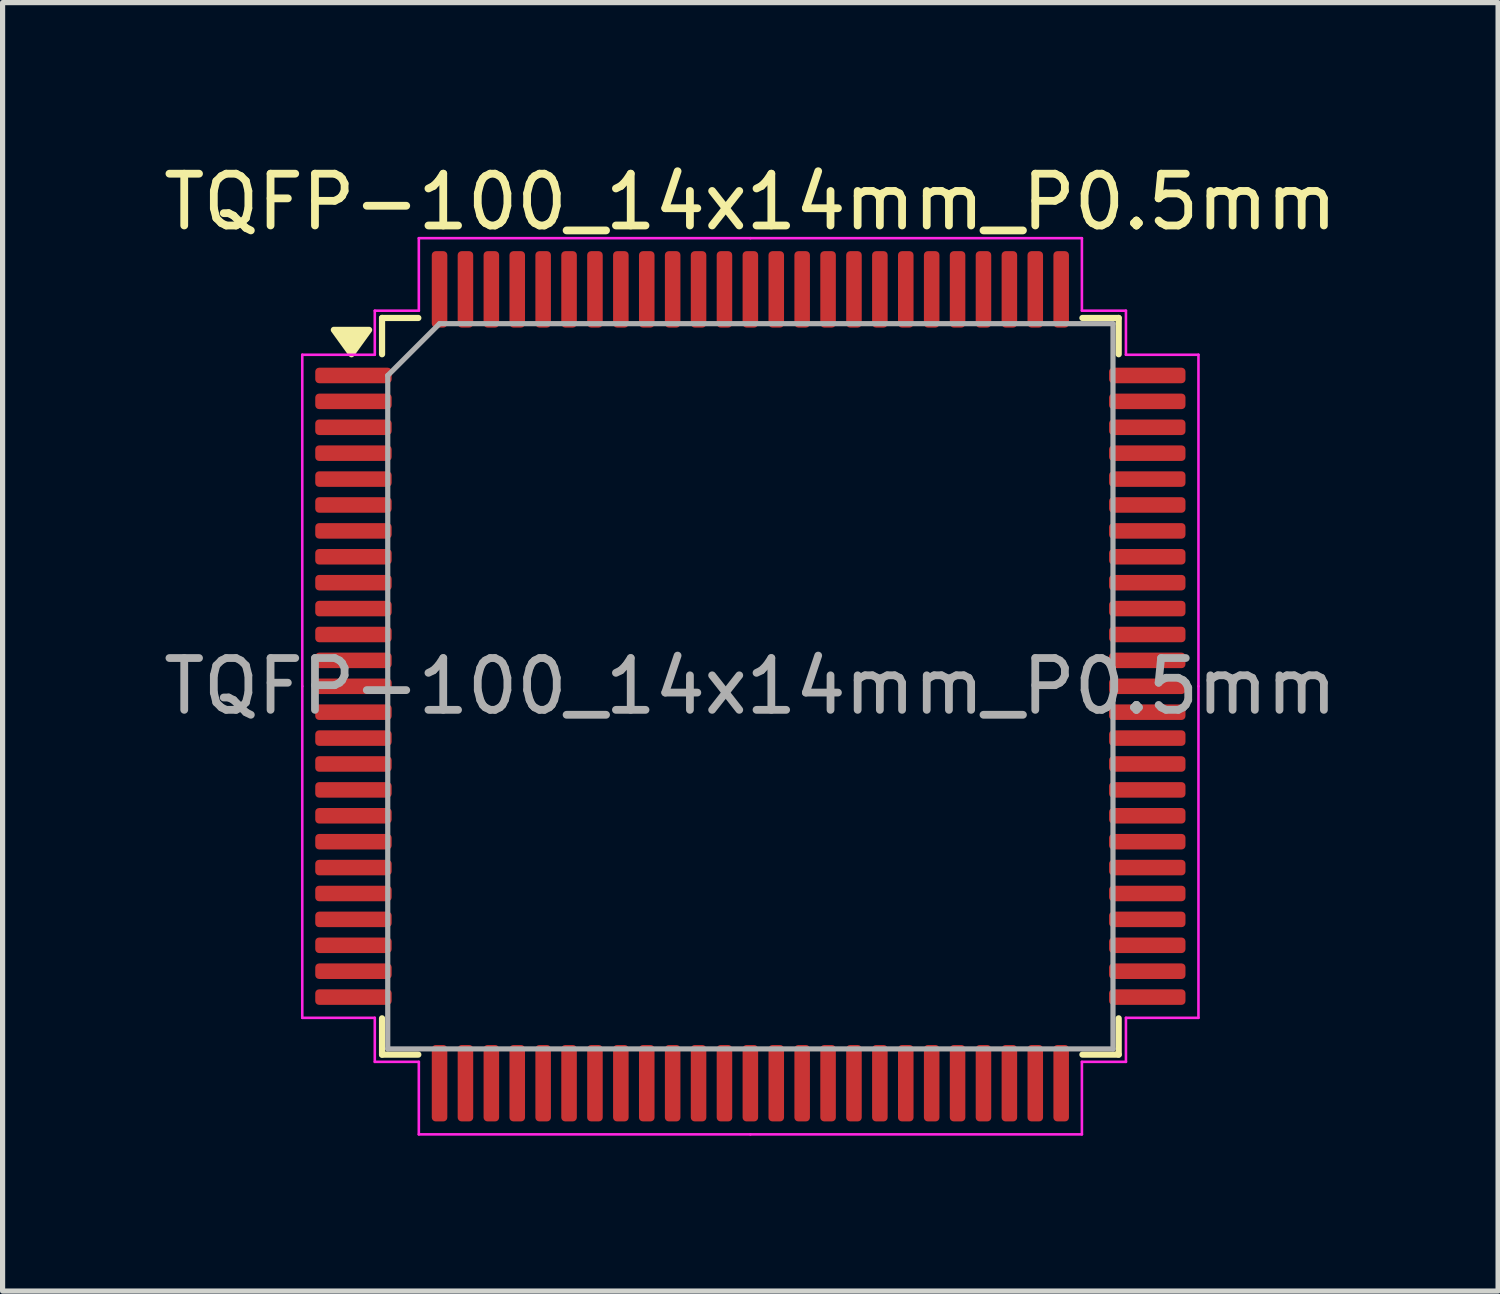
<source format=kicad_pcb>
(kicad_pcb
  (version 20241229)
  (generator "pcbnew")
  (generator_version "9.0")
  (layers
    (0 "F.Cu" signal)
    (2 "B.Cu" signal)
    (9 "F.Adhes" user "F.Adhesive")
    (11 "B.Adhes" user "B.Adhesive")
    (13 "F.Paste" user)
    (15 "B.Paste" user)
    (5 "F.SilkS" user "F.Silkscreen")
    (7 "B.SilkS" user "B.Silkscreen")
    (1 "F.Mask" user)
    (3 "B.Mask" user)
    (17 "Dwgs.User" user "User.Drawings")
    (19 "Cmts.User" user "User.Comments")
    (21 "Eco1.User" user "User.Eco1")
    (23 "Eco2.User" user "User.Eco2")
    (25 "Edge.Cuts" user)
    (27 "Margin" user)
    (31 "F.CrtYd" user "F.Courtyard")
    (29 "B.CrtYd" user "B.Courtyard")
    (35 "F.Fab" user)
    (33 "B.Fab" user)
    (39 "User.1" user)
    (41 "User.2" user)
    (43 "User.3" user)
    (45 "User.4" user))
  (footprint "TQFP-100_14x14mm_P0.5mm"
    (layer "F.Cu")
    (at 11.435 10.198)
    (property "Reference" "TQFP-100_14x14mm_P0.5mm" (at 0 -9.35 0) (layer "F.SilkS") (effects (font (size 1 1) (thickness 0.15))))
    (attr smd)
    (fp_line (start -7.11 -7.11) (end -7.11 -6.41) (stroke (width 0.12) (type solid)) (layer "F.SilkS"))
    (fp_line (start -7.11 7.11) (end -7.11 6.41) (stroke (width 0.12) (type solid)) (layer "F.SilkS"))
    (fp_line (start -6.41 -7.11) (end -7.11 -7.11) (stroke (width 0.12) (type solid)) (layer "F.SilkS"))
    (fp_line (start -6.41 7.11) (end -7.11 7.11) (stroke (width 0.12) (type solid)) (layer "F.SilkS"))
    (fp_line (start 6.41 -7.11) (end 7.11 -7.11) (stroke (width 0.12) (type solid)) (layer "F.SilkS"))
    (fp_line (start 6.41 7.11) (end 7.11 7.11) (stroke (width 0.12) (type solid)) (layer "F.SilkS"))
    (fp_line (start 7.11 -7.11) (end 7.11 -6.41) (stroke (width 0.12) (type solid)) (layer "F.SilkS"))
    (fp_line (start 7.11 7.11) (end 7.11 6.41) (stroke (width 0.12) (type solid)) (layer "F.SilkS"))
    (fp_poly (pts (xy -7.7 -6.41) (xy -8.04 -6.88) (xy -7.36 -6.88) (xy -7.7 -6.41)) (stroke (width 0.12) (type solid)) (fill yes) (layer "F.SilkS"))
    (fp_line (start -8.65 -6.4) (end -8.65 0) (stroke (width 0.05) (type solid)) (layer "F.CrtYd"))
    (fp_line (start -8.65 6.4) (end -8.65 0) (stroke (width 0.05) (type solid)) (layer "F.CrtYd"))
    (fp_line (start -7.25 -7.25) (end -7.25 -6.4) (stroke (width 0.05) (type solid)) (layer "F.CrtYd"))
    (fp_line (start -7.25 -6.4) (end -8.65 -6.4) (stroke (width 0.05) (type solid)) (layer "F.CrtYd"))
    (fp_line (start -7.25 6.4) (end -8.65 6.4) (stroke (width 0.05) (type solid)) (layer "F.CrtYd"))
    (fp_line (start -7.25 7.25) (end -7.25 6.4) (stroke (width 0.05) (type solid)) (layer "F.CrtYd"))
    (fp_line (start -6.4 -8.65) (end -6.4 -7.25) (stroke (width 0.05) (type solid)) (layer "F.CrtYd"))
    (fp_line (start -6.4 -7.25) (end -7.25 -7.25) (stroke (width 0.05) (type solid)) (layer "F.CrtYd"))
    (fp_line (start -6.4 7.25) (end -7.25 7.25) (stroke (width 0.05) (type solid)) (layer "F.CrtYd"))
    (fp_line (start -6.4 8.65) (end -6.4 7.25) (stroke (width 0.05) (type solid)) (layer "F.CrtYd"))
    (fp_line (start 0 -8.65) (end -6.4 -8.65) (stroke (width 0.05) (type solid)) (layer "F.CrtYd"))
    (fp_line (start 0 -8.65) (end 6.4 -8.65) (stroke (width 0.05) (type solid)) (layer "F.CrtYd"))
    (fp_line (start 0 8.65) (end -6.4 8.65) (stroke (width 0.05) (type solid)) (layer "F.CrtYd"))
    (fp_line (start 0 8.65) (end 6.4 8.65) (stroke (width 0.05) (type solid)) (layer "F.CrtYd"))
    (fp_line (start 6.4 -8.65) (end 6.4 -7.25) (stroke (width 0.05) (type solid)) (layer "F.CrtYd"))
    (fp_line (start 6.4 -7.25) (end 7.25 -7.25) (stroke (width 0.05) (type solid)) (layer "F.CrtYd"))
    (fp_line (start 6.4 7.25) (end 7.25 7.25) (stroke (width 0.05) (type solid)) (layer "F.CrtYd"))
    (fp_line (start 6.4 8.65) (end 6.4 7.25) (stroke (width 0.05) (type solid)) (layer "F.CrtYd"))
    (fp_line (start 7.25 -7.25) (end 7.25 -6.4) (stroke (width 0.05) (type solid)) (layer "F.CrtYd"))
    (fp_line (start 7.25 -6.4) (end 8.65 -6.4) (stroke (width 0.05) (type solid)) (layer "F.CrtYd"))
    (fp_line (start 7.25 6.4) (end 8.65 6.4) (stroke (width 0.05) (type solid)) (layer "F.CrtYd"))
    (fp_line (start 7.25 7.25) (end 7.25 6.4) (stroke (width 0.05) (type solid)) (layer "F.CrtYd"))
    (fp_line (start 8.65 -6.4) (end 8.65 0) (stroke (width 0.05) (type solid)) (layer "F.CrtYd"))
    (fp_line (start 8.65 6.4) (end 8.65 0) (stroke (width 0.05) (type solid)) (layer "F.CrtYd"))
    (fp_line (start -7 -6) (end -6 -7) (stroke (width 0.1) (type solid)) (layer "F.Fab"))
    (fp_line (start -7 7) (end -7 -6) (stroke (width 0.1) (type solid)) (layer "F.Fab"))
    (fp_line (start -6 -7) (end 7 -7) (stroke (width 0.1) (type solid)) (layer "F.Fab"))
    (fp_line (start 7 -7) (end 7 7) (stroke (width 0.1) (type solid)) (layer "F.Fab"))
    (fp_line (start 7 7) (end -7 7) (stroke (width 0.1) (type solid)) (layer "F.Fab"))
    (fp_text user "${REFERENCE}" (at 0 0 0) (layer "F.Fab") (effects (font (size 1 1) (thickness 0.15))))
    (pad "1" smd roundrect (at -7.662 -6) (size 1.475 0.3) (layers "F.Cu" "F.Mask" "F.Paste") (roundrect_rratio 0.25))
    (pad "2" smd roundrect (at -7.662 -5.5) (size 1.475 0.3) (layers "F.Cu" "F.Mask" "F.Paste") (roundrect_rratio 0.25))
    (pad "3" smd roundrect (at -7.662 -5) (size 1.475 0.3) (layers "F.Cu" "F.Mask" "F.Paste") (roundrect_rratio 0.25))
    (pad "4" smd roundrect (at -7.662 -4.5) (size 1.475 0.3) (layers "F.Cu" "F.Mask" "F.Paste") (roundrect_rratio 0.25))
    (pad "5" smd roundrect (at -7.662 -4) (size 1.475 0.3) (layers "F.Cu" "F.Mask" "F.Paste") (roundrect_rratio 0.25))
    (pad "6" smd roundrect (at -7.662 -3.5) (size 1.475 0.3) (layers "F.Cu" "F.Mask" "F.Paste") (roundrect_rratio 0.25))
    (pad "7" smd roundrect (at -7.662 -3) (size 1.475 0.3) (layers "F.Cu" "F.Mask" "F.Paste") (roundrect_rratio 0.25))
    (pad "8" smd roundrect (at -7.662 -2.5) (size 1.475 0.3) (layers "F.Cu" "F.Mask" "F.Paste") (roundrect_rratio 0.25))
    (pad "9" smd roundrect (at -7.662 -2) (size 1.475 0.3) (layers "F.Cu" "F.Mask" "F.Paste") (roundrect_rratio 0.25))
    (pad "10" smd roundrect (at -7.662 -1.5) (size 1.475 0.3) (layers "F.Cu" "F.Mask" "F.Paste") (roundrect_rratio 0.25))
    (pad "11" smd roundrect (at -7.662 -1) (size 1.475 0.3) (layers "F.Cu" "F.Mask" "F.Paste") (roundrect_rratio 0.25))
    (pad "12" smd roundrect (at -7.662 -0.5) (size 1.475 0.3) (layers "F.Cu" "F.Mask" "F.Paste") (roundrect_rratio 0.25))
    (pad "13" smd roundrect (at -7.662 0) (size 1.475 0.3) (layers "F.Cu" "F.Mask" "F.Paste") (roundrect_rratio 0.25))
    (pad "14" smd roundrect (at -7.662 0.5) (size 1.475 0.3) (layers "F.Cu" "F.Mask" "F.Paste") (roundrect_rratio 0.25))
    (pad "15" smd roundrect (at -7.662 1) (size 1.475 0.3) (layers "F.Cu" "F.Mask" "F.Paste") (roundrect_rratio 0.25))
    (pad "16" smd roundrect (at -7.662 1.5) (size 1.475 0.3) (layers "F.Cu" "F.Mask" "F.Paste") (roundrect_rratio 0.25))
    (pad "17" smd roundrect (at -7.662 2) (size 1.475 0.3) (layers "F.Cu" "F.Mask" "F.Paste") (roundrect_rratio 0.25))
    (pad "18" smd roundrect (at -7.662 2.5) (size 1.475 0.3) (layers "F.Cu" "F.Mask" "F.Paste") (roundrect_rratio 0.25))
    (pad "19" smd roundrect (at -7.662 3) (size 1.475 0.3) (layers "F.Cu" "F.Mask" "F.Paste") (roundrect_rratio 0.25))
    (pad "20" smd roundrect (at -7.662 3.5) (size 1.475 0.3) (layers "F.Cu" "F.Mask" "F.Paste") (roundrect_rratio 0.25))
    (pad "21" smd roundrect (at -7.662 4) (size 1.475 0.3) (layers "F.Cu" "F.Mask" "F.Paste") (roundrect_rratio 0.25))
    (pad "22" smd roundrect (at -7.662 4.5) (size 1.475 0.3) (layers "F.Cu" "F.Mask" "F.Paste") (roundrect_rratio 0.25))
    (pad "23" smd roundrect (at -7.662 5) (size 1.475 0.3) (layers "F.Cu" "F.Mask" "F.Paste") (roundrect_rratio 0.25))
    (pad "24" smd roundrect (at -7.662 5.5) (size 1.475 0.3) (layers "F.Cu" "F.Mask" "F.Paste") (roundrect_rratio 0.25))
    (pad "25" smd roundrect (at -7.662 6) (size 1.475 0.3) (layers "F.Cu" "F.Mask" "F.Paste") (roundrect_rratio 0.25))
    (pad "26" smd roundrect (at -6 7.662) (size 0.3 1.475) (layers "F.Cu" "F.Mask" "F.Paste") (roundrect_rratio 0.25))
    (pad "27" smd roundrect (at -5.5 7.662) (size 0.3 1.475) (layers "F.Cu" "F.Mask" "F.Paste") (roundrect_rratio 0.25))
    (pad "28" smd roundrect (at -5 7.662) (size 0.3 1.475) (layers "F.Cu" "F.Mask" "F.Paste") (roundrect_rratio 0.25))
    (pad "29" smd roundrect (at -4.5 7.662) (size 0.3 1.475) (layers "F.Cu" "F.Mask" "F.Paste") (roundrect_rratio 0.25))
    (pad "30" smd roundrect (at -4 7.662) (size 0.3 1.475) (layers "F.Cu" "F.Mask" "F.Paste") (roundrect_rratio 0.25))
    (pad "31" smd roundrect (at -3.5 7.662) (size 0.3 1.475) (layers "F.Cu" "F.Mask" "F.Paste") (roundrect_rratio 0.25))
    (pad "32" smd roundrect (at -3 7.662) (size 0.3 1.475) (layers "F.Cu" "F.Mask" "F.Paste") (roundrect_rratio 0.25))
    (pad "33" smd roundrect (at -2.5 7.662) (size 0.3 1.475) (layers "F.Cu" "F.Mask" "F.Paste") (roundrect_rratio 0.25))
    (pad "34" smd roundrect (at -2 7.662) (size 0.3 1.475) (layers "F.Cu" "F.Mask" "F.Paste") (roundrect_rratio 0.25))
    (pad "35" smd roundrect (at -1.5 7.662) (size 0.3 1.475) (layers "F.Cu" "F.Mask" "F.Paste") (roundrect_rratio 0.25))
    (pad "36" smd roundrect (at -1 7.662) (size 0.3 1.475) (layers "F.Cu" "F.Mask" "F.Paste") (roundrect_rratio 0.25))
    (pad "37" smd roundrect (at -0.5 7.662) (size 0.3 1.475) (layers "F.Cu" "F.Mask" "F.Paste") (roundrect_rratio 0.25))
    (pad "38" smd roundrect (at 0 7.662) (size 0.3 1.475) (layers "F.Cu" "F.Mask" "F.Paste") (roundrect_rratio 0.25))
    (pad "39" smd roundrect (at 0.5 7.662) (size 0.3 1.475) (layers "F.Cu" "F.Mask" "F.Paste") (roundrect_rratio 0.25))
    (pad "40" smd roundrect (at 1 7.662) (size 0.3 1.475) (layers "F.Cu" "F.Mask" "F.Paste") (roundrect_rratio 0.25))
    (pad "41" smd roundrect (at 1.5 7.662) (size 0.3 1.475) (layers "F.Cu" "F.Mask" "F.Paste") (roundrect_rratio 0.25))
    (pad "42" smd roundrect (at 2 7.662) (size 0.3 1.475) (layers "F.Cu" "F.Mask" "F.Paste") (roundrect_rratio 0.25))
    (pad "43" smd roundrect (at 2.5 7.662) (size 0.3 1.475) (layers "F.Cu" "F.Mask" "F.Paste") (roundrect_rratio 0.25))
    (pad "44" smd roundrect (at 3 7.662) (size 0.3 1.475) (layers "F.Cu" "F.Mask" "F.Paste") (roundrect_rratio 0.25))
    (pad "45" smd roundrect (at 3.5 7.662) (size 0.3 1.475) (layers "F.Cu" "F.Mask" "F.Paste") (roundrect_rratio 0.25))
    (pad "46" smd roundrect (at 4 7.662) (size 0.3 1.475) (layers "F.Cu" "F.Mask" "F.Paste") (roundrect_rratio 0.25))
    (pad "47" smd roundrect (at 4.5 7.662) (size 0.3 1.475) (layers "F.Cu" "F.Mask" "F.Paste") (roundrect_rratio 0.25))
    (pad "48" smd roundrect (at 5 7.662) (size 0.3 1.475) (layers "F.Cu" "F.Mask" "F.Paste") (roundrect_rratio 0.25))
    (pad "49" smd roundrect (at 5.5 7.662) (size 0.3 1.475) (layers "F.Cu" "F.Mask" "F.Paste") (roundrect_rratio 0.25))
    (pad "50" smd roundrect (at 6 7.662) (size 0.3 1.475) (layers "F.Cu" "F.Mask" "F.Paste") (roundrect_rratio 0.25))
    (pad "51" smd roundrect (at 7.662 6) (size 1.475 0.3) (layers "F.Cu" "F.Mask" "F.Paste") (roundrect_rratio 0.25))
    (pad "52" smd roundrect (at 7.662 5.5) (size 1.475 0.3) (layers "F.Cu" "F.Mask" "F.Paste") (roundrect_rratio 0.25))
    (pad "53" smd roundrect (at 7.662 5) (size 1.475 0.3) (layers "F.Cu" "F.Mask" "F.Paste") (roundrect_rratio 0.25))
    (pad "54" smd roundrect (at 7.662 4.5) (size 1.475 0.3) (layers "F.Cu" "F.Mask" "F.Paste") (roundrect_rratio 0.25))
    (pad "55" smd roundrect (at 7.662 4) (size 1.475 0.3) (layers "F.Cu" "F.Mask" "F.Paste") (roundrect_rratio 0.25))
    (pad "56" smd roundrect (at 7.662 3.5) (size 1.475 0.3) (layers "F.Cu" "F.Mask" "F.Paste") (roundrect_rratio 0.25))
    (pad "57" smd roundrect (at 7.662 3) (size 1.475 0.3) (layers "F.Cu" "F.Mask" "F.Paste") (roundrect_rratio 0.25))
    (pad "58" smd roundrect (at 7.662 2.5) (size 1.475 0.3) (layers "F.Cu" "F.Mask" "F.Paste") (roundrect_rratio 0.25))
    (pad "59" smd roundrect (at 7.662 2) (size 1.475 0.3) (layers "F.Cu" "F.Mask" "F.Paste") (roundrect_rratio 0.25))
    (pad "60" smd roundrect (at 7.662 1.5) (size 1.475 0.3) (layers "F.Cu" "F.Mask" "F.Paste") (roundrect_rratio 0.25))
    (pad "61" smd roundrect (at 7.662 1) (size 1.475 0.3) (layers "F.Cu" "F.Mask" "F.Paste") (roundrect_rratio 0.25))
    (pad "62" smd roundrect (at 7.662 0.5) (size 1.475 0.3) (layers "F.Cu" "F.Mask" "F.Paste") (roundrect_rratio 0.25))
    (pad "63" smd roundrect (at 7.662 0) (size 1.475 0.3) (layers "F.Cu" "F.Mask" "F.Paste") (roundrect_rratio 0.25))
    (pad "64" smd roundrect (at 7.662 -0.5) (size 1.475 0.3) (layers "F.Cu" "F.Mask" "F.Paste") (roundrect_rratio 0.25))
    (pad "65" smd roundrect (at 7.662 -1) (size 1.475 0.3) (layers "F.Cu" "F.Mask" "F.Paste") (roundrect_rratio 0.25))
    (pad "66" smd roundrect (at 7.662 -1.5) (size 1.475 0.3) (layers "F.Cu" "F.Mask" "F.Paste") (roundrect_rratio 0.25))
    (pad "67" smd roundrect (at 7.662 -2) (size 1.475 0.3) (layers "F.Cu" "F.Mask" "F.Paste") (roundrect_rratio 0.25))
    (pad "68" smd roundrect (at 7.662 -2.5) (size 1.475 0.3) (layers "F.Cu" "F.Mask" "F.Paste") (roundrect_rratio 0.25))
    (pad "69" smd roundrect (at 7.662 -3) (size 1.475 0.3) (layers "F.Cu" "F.Mask" "F.Paste") (roundrect_rratio 0.25))
    (pad "70" smd roundrect (at 7.662 -3.5) (size 1.475 0.3) (layers "F.Cu" "F.Mask" "F.Paste") (roundrect_rratio 0.25))
    (pad "71" smd roundrect (at 7.662 -4) (size 1.475 0.3) (layers "F.Cu" "F.Mask" "F.Paste") (roundrect_rratio 0.25))
    (pad "72" smd roundrect (at 7.662 -4.5) (size 1.475 0.3) (layers "F.Cu" "F.Mask" "F.Paste") (roundrect_rratio 0.25))
    (pad "73" smd roundrect (at 7.662 -5) (size 1.475 0.3) (layers "F.Cu" "F.Mask" "F.Paste") (roundrect_rratio 0.25))
    (pad "74" smd roundrect (at 7.662 -5.5) (size 1.475 0.3) (layers "F.Cu" "F.Mask" "F.Paste") (roundrect_rratio 0.25))
    (pad "75" smd roundrect (at 7.662 -6) (size 1.475 0.3) (layers "F.Cu" "F.Mask" "F.Paste") (roundrect_rratio 0.25))
    (pad "76" smd roundrect (at 6 -7.662) (size 0.3 1.475) (layers "F.Cu" "F.Mask" "F.Paste") (roundrect_rratio 0.25))
    (pad "77" smd roundrect (at 5.5 -7.662) (size 0.3 1.475) (layers "F.Cu" "F.Mask" "F.Paste") (roundrect_rratio 0.25))
    (pad "78" smd roundrect (at 5 -7.662) (size 0.3 1.475) (layers "F.Cu" "F.Mask" "F.Paste") (roundrect_rratio 0.25))
    (pad "79" smd roundrect (at 4.5 -7.662) (size 0.3 1.475) (layers "F.Cu" "F.Mask" "F.Paste") (roundrect_rratio 0.25))
    (pad "80" smd roundrect (at 4 -7.662) (size 0.3 1.475) (layers "F.Cu" "F.Mask" "F.Paste") (roundrect_rratio 0.25))
    (pad "81" smd roundrect (at 3.5 -7.662) (size 0.3 1.475) (layers "F.Cu" "F.Mask" "F.Paste") (roundrect_rratio 0.25))
    (pad "82" smd roundrect (at 3 -7.662) (size 0.3 1.475) (layers "F.Cu" "F.Mask" "F.Paste") (roundrect_rratio 0.25))
    (pad "83" smd roundrect (at 2.5 -7.662) (size 0.3 1.475) (layers "F.Cu" "F.Mask" "F.Paste") (roundrect_rratio 0.25))
    (pad "84" smd roundrect (at 2 -7.662) (size 0.3 1.475) (layers "F.Cu" "F.Mask" "F.Paste") (roundrect_rratio 0.25))
    (pad "85" smd roundrect (at 1.5 -7.662) (size 0.3 1.475) (layers "F.Cu" "F.Mask" "F.Paste") (roundrect_rratio 0.25))
    (pad "86" smd roundrect (at 1 -7.662) (size 0.3 1.475) (layers "F.Cu" "F.Mask" "F.Paste") (roundrect_rratio 0.25))
    (pad "87" smd roundrect (at 0.5 -7.662) (size 0.3 1.475) (layers "F.Cu" "F.Mask" "F.Paste") (roundrect_rratio 0.25))
    (pad "88" smd roundrect (at 0 -7.662) (size 0.3 1.475) (layers "F.Cu" "F.Mask" "F.Paste") (roundrect_rratio 0.25))
    (pad "89" smd roundrect (at -0.5 -7.662) (size 0.3 1.475) (layers "F.Cu" "F.Mask" "F.Paste") (roundrect_rratio 0.25))
    (pad "90" smd roundrect (at -1 -7.662) (size 0.3 1.475) (layers "F.Cu" "F.Mask" "F.Paste") (roundrect_rratio 0.25))
    (pad "91" smd roundrect (at -1.5 -7.662) (size 0.3 1.475) (layers "F.Cu" "F.Mask" "F.Paste") (roundrect_rratio 0.25))
    (pad "92" smd roundrect (at -2 -7.662) (size 0.3 1.475) (layers "F.Cu" "F.Mask" "F.Paste") (roundrect_rratio 0.25))
    (pad "93" smd roundrect (at -2.5 -7.662) (size 0.3 1.475) (layers "F.Cu" "F.Mask" "F.Paste") (roundrect_rratio 0.25))
    (pad "94" smd roundrect (at -3 -7.662) (size 0.3 1.475) (layers "F.Cu" "F.Mask" "F.Paste") (roundrect_rratio 0.25))
    (pad "95" smd roundrect (at -3.5 -7.662) (size 0.3 1.475) (layers "F.Cu" "F.Mask" "F.Paste") (roundrect_rratio 0.25))
    (pad "96" smd roundrect (at -4 -7.662) (size 0.3 1.475) (layers "F.Cu" "F.Mask" "F.Paste") (roundrect_rratio 0.25))
    (pad "97" smd roundrect (at -4.5 -7.662) (size 0.3 1.475) (layers "F.Cu" "F.Mask" "F.Paste") (roundrect_rratio 0.25))
    (pad "98" smd roundrect (at -5 -7.662) (size 0.3 1.475) (layers "F.Cu" "F.Mask" "F.Paste") (roundrect_rratio 0.25))
    (pad "99" smd roundrect (at -5.5 -7.662) (size 0.3 1.475) (layers "F.Cu" "F.Mask" "F.Paste") (roundrect_rratio 0.25))
    (pad "100" smd roundrect (at -6 -7.662) (size 0.3 1.475) (layers "F.Cu" "F.Mask" "F.Paste") (roundrect_rratio 0.25)))
  (gr_rect
    (start -3 -3)
    (end 25.869 21.873)
    (stroke (width 0.1) (type default))
    (fill no)
    (layer "Edge.Cuts")))
</source>
